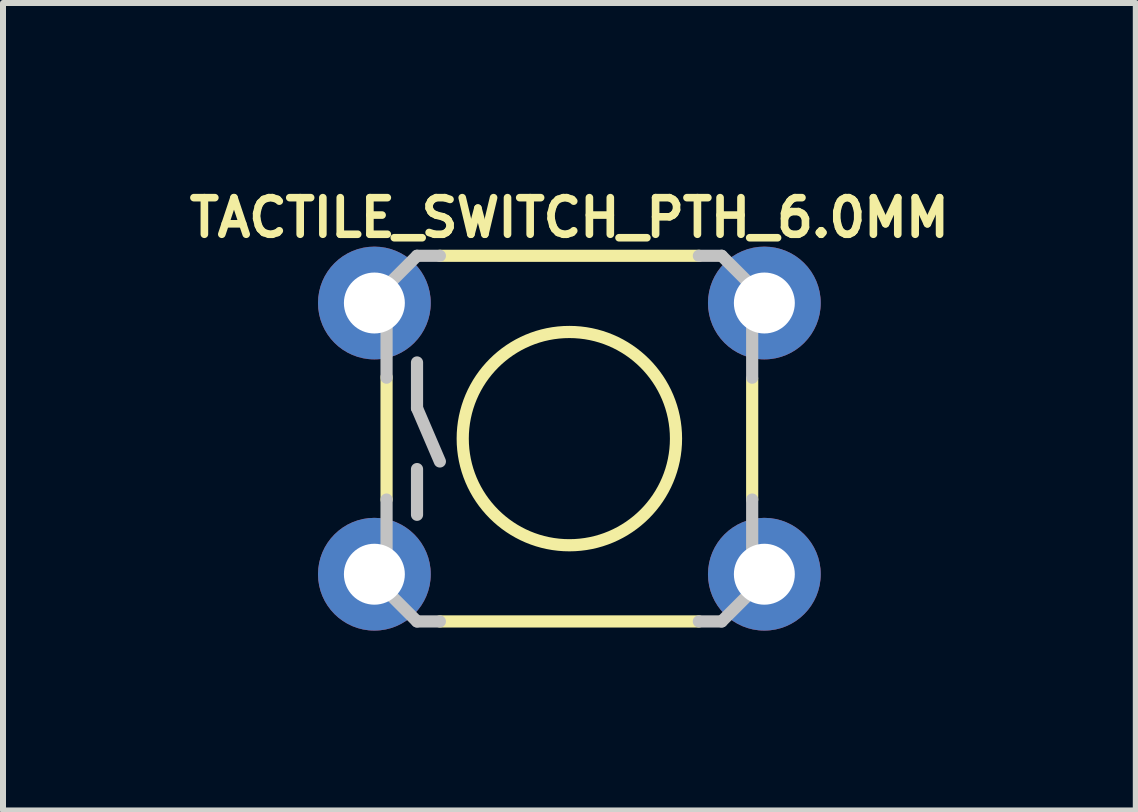
<source format=kicad_pcb>
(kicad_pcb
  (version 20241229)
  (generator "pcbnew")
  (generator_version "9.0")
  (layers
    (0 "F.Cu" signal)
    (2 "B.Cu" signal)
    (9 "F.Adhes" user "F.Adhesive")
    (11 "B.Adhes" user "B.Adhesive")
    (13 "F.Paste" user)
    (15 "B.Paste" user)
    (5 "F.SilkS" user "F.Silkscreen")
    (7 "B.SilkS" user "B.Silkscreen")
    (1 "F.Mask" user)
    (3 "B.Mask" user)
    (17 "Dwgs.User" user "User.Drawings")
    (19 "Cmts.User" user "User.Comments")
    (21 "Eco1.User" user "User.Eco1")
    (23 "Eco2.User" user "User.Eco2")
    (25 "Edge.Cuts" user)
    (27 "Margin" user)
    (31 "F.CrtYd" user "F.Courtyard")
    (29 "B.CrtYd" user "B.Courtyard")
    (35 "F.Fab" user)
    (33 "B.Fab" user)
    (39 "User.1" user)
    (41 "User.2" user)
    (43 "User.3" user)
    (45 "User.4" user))
  (footprint "TACTILE_SWITCH_PTH_6.0MM"
    (layer "F.Cu")
    (at 6.443 4.263)
    (property "Reference" "TACTILE_SWITCH_PTH_6.0MM" (at 0 -3.683 0) (layer "F.SilkS") (effects (font (size 0.61 0.61) (thickness 0.127))))
    (attr exclude_from_pos_files exclude_from_bom)
    (fp_line (start -3.048 -1.026) (end -3.048 1.016) (stroke (width 0.203) (type solid)) (layer "F.SilkS"))
    (fp_line (start -2.159 3.048) (end 2.159 3.048) (stroke (width 0.203) (type solid)) (layer "F.SilkS"))
    (fp_line (start 2.159 -3.048) (end -2.159 -3.048) (stroke (width 0.203) (type solid)) (layer "F.SilkS"))
    (fp_line (start 3.048 -0.996) (end 3.048 1.016) (stroke (width 0.203) (type solid)) (layer "F.SilkS"))
    (fp_circle (center 0 0) (end 0 -1.778) (stroke (width 0.203) (type solid)) (fill no) (layer "F.SilkS"))
    (fp_line (start -3.048 -2.54) (end -3.048 -1.016) (stroke (width 0.203) (type solid)) (layer "Dwgs.User"))
    (fp_line (start -3.048 2.54) (end -3.048 1.016) (stroke (width 0.203) (type solid)) (layer "Dwgs.User"))
    (fp_line (start -2.54 -3.048) (end -3.048 -2.54) (stroke (width 0.203) (type solid)) (layer "Dwgs.User"))
    (fp_line (start -2.54 -3.048) (end -2.159 -3.048) (stroke (width 0.203) (type solid)) (layer "Dwgs.User"))
    (fp_line (start -2.54 -1.27) (end -2.54 -0.508) (stroke (width 0.203) (type solid)) (layer "Dwgs.User"))
    (fp_line (start -2.54 -0.508) (end -2.159 0.381) (stroke (width 0.203) (type solid)) (layer "Dwgs.User"))
    (fp_line (start -2.54 0.508) (end -2.54 1.27) (stroke (width 0.203) (type solid)) (layer "Dwgs.User"))
    (fp_line (start -2.54 3.048) (end -3.048 2.54) (stroke (width 0.203) (type solid)) (layer "Dwgs.User"))
    (fp_line (start -2.54 3.048) (end -2.159 3.048) (stroke (width 0.203) (type solid)) (layer "Dwgs.User"))
    (fp_line (start 2.54 -3.048) (end 2.159 -3.048) (stroke (width 0.203) (type solid)) (layer "Dwgs.User"))
    (fp_line (start 2.54 3.048) (end 2.159 3.048) (stroke (width 0.203) (type solid)) (layer "Dwgs.User"))
    (fp_line (start 2.54 3.048) (end 3.048 2.54) (stroke (width 0.203) (type solid)) (layer "Dwgs.User"))
    (fp_line (start 3.048 -2.54) (end 2.54 -3.048) (stroke (width 0.203) (type solid)) (layer "Dwgs.User"))
    (fp_line (start 3.048 -1.016) (end 3.048 -2.54) (stroke (width 0.203) (type solid)) (layer "Dwgs.User"))
    (fp_line (start 3.048 2.54) (end 3.048 1.016) (stroke (width 0.203) (type solid)) (layer "Dwgs.User"))
    (pad "1" thru_hole circle (at -3.251 -2.261) (size 1.88 1.88) (drill 1.016) (layers "*.Cu" "*.Mask"))
    (pad "2" thru_hole circle (at 3.251 -2.261) (size 1.88 1.88) (drill 1.016) (layers "*.Cu" "*.Mask"))
    (pad "3" thru_hole circle (at -3.251 2.261) (size 1.88 1.88) (drill 1.016) (layers "*.Cu" "*.Mask"))
    (pad "4" thru_hole circle (at 3.251 2.261) (size 1.88 1.88) (drill 1.016) (layers "*.Cu" "*.Mask")))
  (gr_rect
    (start -3 -3)
    (end 15.887 10.463)
    (stroke (width 0.1) (type default))
    (fill no)
    (layer "Edge.Cuts")))
</source>
